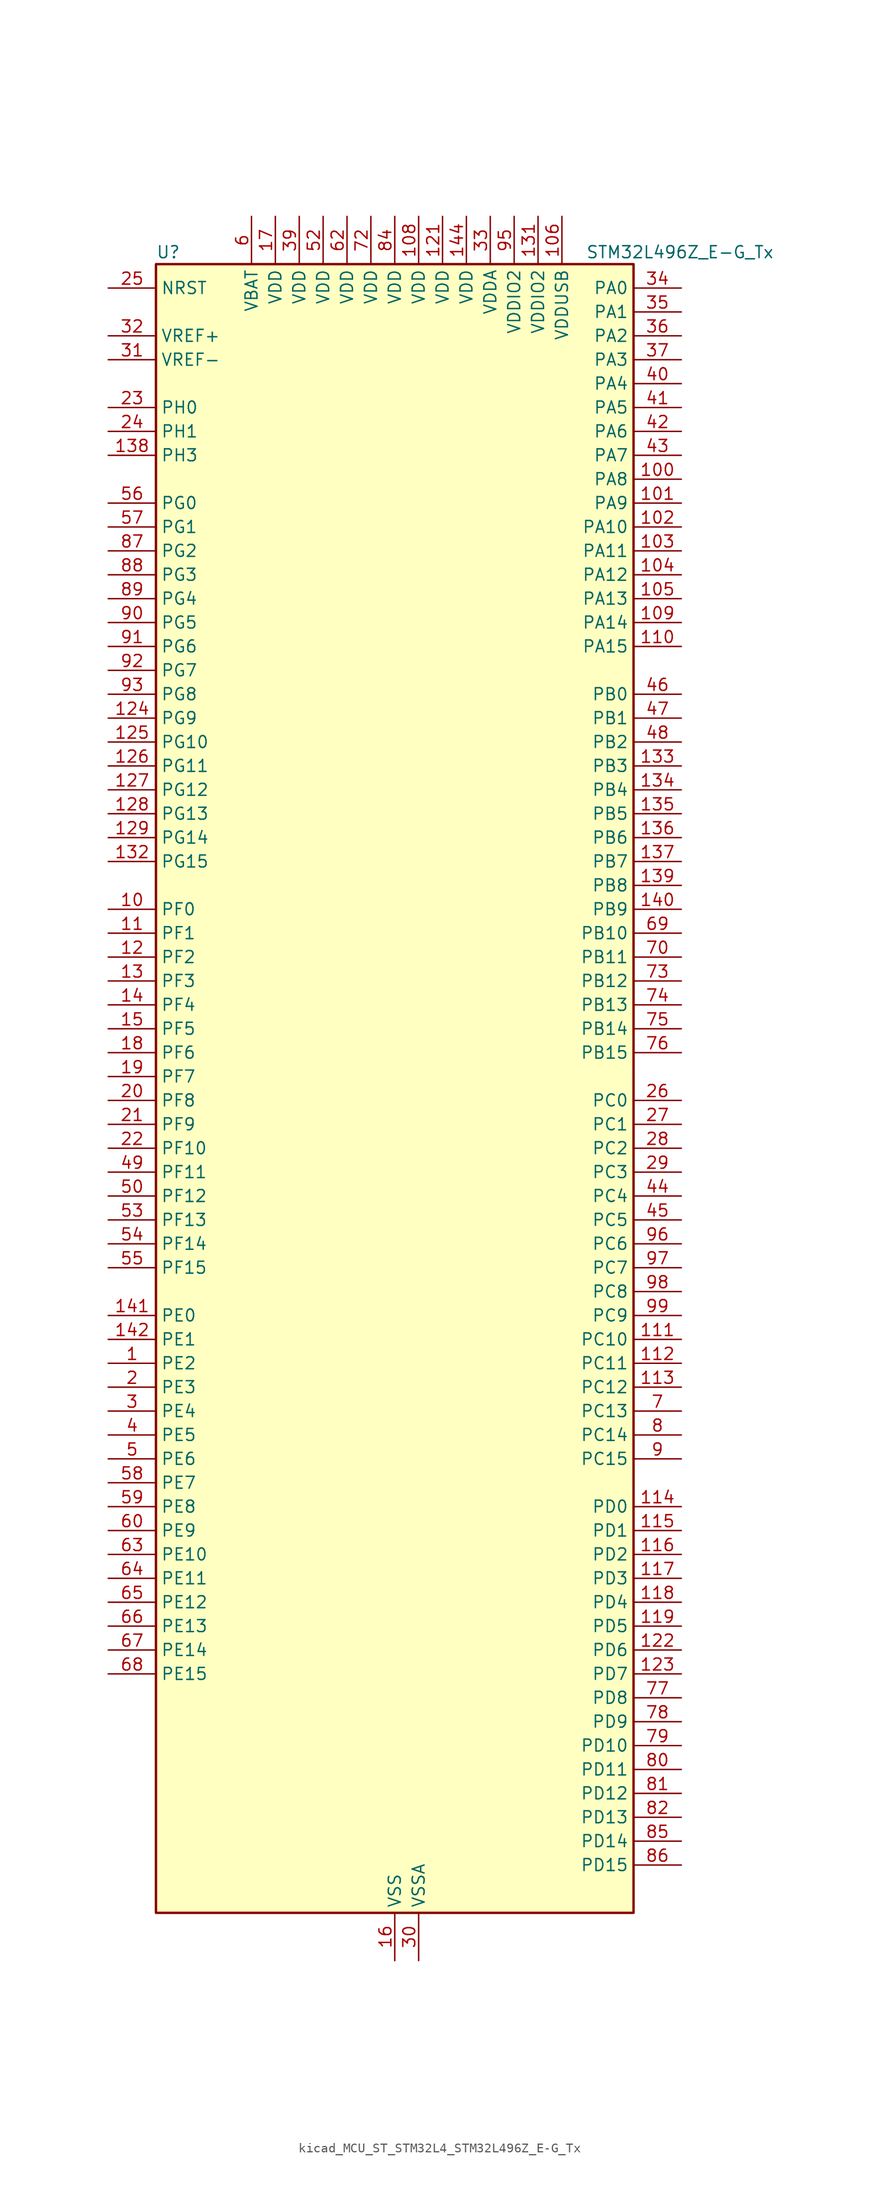
<source format=kicad_sym>
(kicad_symbol_lib
  (version 20220914)
  (generator kicad_symbol_editor)
  (symbol "kicad_MCU_ST_STM32L4_STM32L496Z_E-G_Tx"
    (property "Reference" "U"
      (at -25.4 90.17 0)
      (effects (font (size 1.27 1.27)) (justify left)))
    (property "Value" "STM32L496Z_E-G_Tx"
      (at 20.32 90.17 0)
      (effects (font (size 1.27 1.27)) (justify left)))
    (property "ki_locked" ""
      (at 0 0 0)
      (effects (font (size 1.27 1.27))))
    (symbol "kicad_MCU_ST_STM32L4_STM32L496Z_E-G_Tx_0_1"
      (rectangle (start -25.4 -86.36) (end 25.4 88.9) (stroke (width 0.254) (type default)) (fill (type background))))
    (symbol "kicad_MCU_ST_STM32L4_STM32L496Z_E-G_Tx_1_1"
      (pin bidirectional line (at -30.48 -27.94 0) (length 5.08) (name "PE2" (effects (font (size 1.27 1.27)))) (number "1" (effects (font (size 1.27 1.27)))) (alternate "FMC_A23" bidirectional line) (alternate "LCD_SEG38" bidirectional line) (alternate "SAI1_MCLK_A" bidirectional line) (alternate "SYS_TRACECLK" bidirectional line) (alternate "TIM3_ETR" bidirectional line) (alternate "TSC_G7_IO1" bidirectional line))
      (pin bidirectional line (at -30.48 20.32 0) (length 5.08) (name "PF0" (effects (font (size 1.27 1.27)))) (number "10" (effects (font (size 1.27 1.27)))) (alternate "FMC_A0" bidirectional line) (alternate "I2C2_SDA" bidirectional line))
      (pin bidirectional line (at 30.48 66.04 180) (length 5.08) (name "PA8" (effects (font (size 1.27 1.27)))) (number "100" (effects (font (size 1.27 1.27)))) (alternate "LCD_COM0" bidirectional line) (alternate "LPTIM2_OUT" bidirectional line) (alternate "RCC_MCO" bidirectional line) (alternate "SAI1_SCK_A" bidirectional line) (alternate "SWPMI1_IO" bidirectional line) (alternate "TIM1_CH1" bidirectional line) (alternate "USART1_CK" bidirectional line) (alternate "USB_OTG_FS_SOF" bidirectional line))
      (pin bidirectional line (at 30.48 63.5 180) (length 5.08) (name "PA9" (effects (font (size 1.27 1.27)))) (number "101" (effects (font (size 1.27 1.27)))) (alternate "DAC1_EXTI9" bidirectional line) (alternate "DCMI_D0" bidirectional line) (alternate "LCD_COM1" bidirectional line) (alternate "SAI1_FS_A" bidirectional line) (alternate "SPI2_SCK" bidirectional line) (alternate "TIM15_BKIN" bidirectional line) (alternate "TIM1_CH2" bidirectional line) (alternate "USART1_TX" bidirectional line) (alternate "USB_OTG_FS_VBUS" bidirectional line))
      (pin bidirectional line (at 30.48 60.96 180) (length 5.08) (name "PA10" (effects (font (size 1.27 1.27)))) (number "102" (effects (font (size 1.27 1.27)))) (alternate "DCMI_D1" bidirectional line) (alternate "LCD_COM2" bidirectional line) (alternate "SAI1_SD_A" bidirectional line) (alternate "TIM17_BKIN" bidirectional line) (alternate "TIM1_CH3" bidirectional line) (alternate "USART1_RX" bidirectional line) (alternate "USB_OTG_FS_ID" bidirectional line))
      (pin bidirectional line (at 30.48 58.42 180) (length 5.08) (name "PA11" (effects (font (size 1.27 1.27)))) (number "103" (effects (font (size 1.27 1.27)))) (alternate "ADC1_EXTI11" bidirectional line) (alternate "ADC2_EXTI11" bidirectional line) (alternate "ADC3_EXTI11" bidirectional line) (alternate "CAN1_RX" bidirectional line) (alternate "SPI1_MISO" bidirectional line) (alternate "TIM1_BKIN2" bidirectional line) (alternate "TIM1_BKIN2_COMP1" bidirectional line) (alternate "TIM1_CH4" bidirectional line) (alternate "USART1_CTS" bidirectional line) (alternate "USB_OTG_FS_DM" bidirectional line))
      (pin bidirectional line (at 30.48 55.88 180) (length 5.08) (name "PA12" (effects (font (size 1.27 1.27)))) (number "104" (effects (font (size 1.27 1.27)))) (alternate "CAN1_TX" bidirectional line) (alternate "SPI1_MOSI" bidirectional line) (alternate "TIM1_ETR" bidirectional line) (alternate "USART1_DE" bidirectional line) (alternate "USART1_RTS" bidirectional line) (alternate "USB_OTG_FS_DP" bidirectional line))
      (pin bidirectional line (at 30.48 53.34 180) (length 5.08) (name "PA13" (effects (font (size 1.27 1.27)))) (number "105" (effects (font (size 1.27 1.27)))) (alternate "IR_OUT" bidirectional line) (alternate "SAI1_SD_B" bidirectional line) (alternate "SWPMI1_TX" bidirectional line) (alternate "SYS_JTMS-SWDIO" bidirectional line) (alternate "USB_OTG_FS_NOE" bidirectional line))
      (pin power_in line (at 17.78 93.98 270) (length 5.08) (name "VDDUSB" (effects (font (size 1.27 1.27)))) (number "106" (effects (font (size 1.27 1.27)))))
      (pin passive line (at 0 -91.44 90) (length 5.08) hide (name "VSS" (effects (font (size 1.27 1.27)))) (number "107" (effects (font (size 1.27 1.27)))))
      (pin power_in line (at 2.54 93.98 270) (length 5.08) (name "VDD" (effects (font (size 1.27 1.27)))) (number "108" (effects (font (size 1.27 1.27)))))
      (pin bidirectional line (at 30.48 50.8 180) (length 5.08) (name "PA14" (effects (font (size 1.27 1.27)))) (number "109" (effects (font (size 1.27 1.27)))) (alternate "I2C1_SMBA" bidirectional line) (alternate "I2C4_SMBA" bidirectional line) (alternate "LPTIM1_OUT" bidirectional line) (alternate "SAI1_FS_B" bidirectional line) (alternate "SWPMI1_RX" bidirectional line) (alternate "SYS_JTCK-SWCLK" bidirectional line) (alternate "USB_OTG_FS_SOF" bidirectional line))
      (pin bidirectional line (at -30.48 17.78 0) (length 5.08) (name "PF1" (effects (font (size 1.27 1.27)))) (number "11" (effects (font (size 1.27 1.27)))) (alternate "FMC_A1" bidirectional line) (alternate "I2C2_SCL" bidirectional line))
      (pin bidirectional line (at 30.48 48.26 180) (length 5.08) (name "PA15" (effects (font (size 1.27 1.27)))) (number "110" (effects (font (size 1.27 1.27)))) (alternate "ADC1_EXTI15" bidirectional line) (alternate "ADC2_EXTI15" bidirectional line) (alternate "ADC3_EXTI15" bidirectional line) (alternate "LCD_SEG17" bidirectional line) (alternate "SAI2_FS_B" bidirectional line) (alternate "SPI1_NSS" bidirectional line) (alternate "SPI3_NSS" bidirectional line) (alternate "SWPMI1_SUSPEND" bidirectional line) (alternate "SYS_JTDI" bidirectional line) (alternate "TIM2_CH1" bidirectional line) (alternate "TIM2_ETR" bidirectional line) (alternate "TSC_G3_IO1" bidirectional line) (alternate "UART4_DE" bidirectional line) (alternate "UART4_RTS" bidirectional line) (alternate "USART2_RX" bidirectional line) (alternate "USART3_DE" bidirectional line) (alternate "USART3_RTS" bidirectional line))
      (pin bidirectional line (at 30.48 -25.4 180) (length 5.08) (name "PC10" (effects (font (size 1.27 1.27)))) (number "111" (effects (font (size 1.27 1.27)))) (alternate "DCMI_D8" bidirectional line) (alternate "LCD_COM4" bidirectional line) (alternate "LCD_SEG28" bidirectional line) (alternate "LCD_SEG40" bidirectional line) (alternate "SAI2_SCK_B" bidirectional line) (alternate "SDMMC1_D2" bidirectional line) (alternate "SPI3_SCK" bidirectional line) (alternate "SYS_TRACED1" bidirectional line) (alternate "TSC_G3_IO2" bidirectional line) (alternate "UART4_TX" bidirectional line) (alternate "USART3_TX" bidirectional line))
      (pin bidirectional line (at 30.48 -27.94 180) (length 5.08) (name "PC11" (effects (font (size 1.27 1.27)))) (number "112" (effects (font (size 1.27 1.27)))) (alternate "ADC1_EXTI11" bidirectional line) (alternate "ADC2_EXTI11" bidirectional line) (alternate "ADC3_EXTI11" bidirectional line) (alternate "DCMI_D4" bidirectional line) (alternate "LCD_COM5" bidirectional line) (alternate "LCD_SEG29" bidirectional line) (alternate "LCD_SEG41" bidirectional line) (alternate "QUADSPI_BK2_NCS" bidirectional line) (alternate "SAI2_MCLK_B" bidirectional line) (alternate "SDMMC1_D3" bidirectional line) (alternate "SPI3_MISO" bidirectional line) (alternate "TSC_G3_IO3" bidirectional line) (alternate "UART4_RX" bidirectional line) (alternate "USART3_RX" bidirectional line))
      (pin bidirectional line (at 30.48 -30.48 180) (length 5.08) (name "PC12" (effects (font (size 1.27 1.27)))) (number "113" (effects (font (size 1.27 1.27)))) (alternate "DCMI_D9" bidirectional line) (alternate "LCD_COM6" bidirectional line) (alternate "LCD_SEG30" bidirectional line) (alternate "LCD_SEG42" bidirectional line) (alternate "SAI2_SD_B" bidirectional line) (alternate "SDMMC1_CK" bidirectional line) (alternate "SPI3_MOSI" bidirectional line) (alternate "SYS_TRACED3" bidirectional line) (alternate "TSC_G3_IO4" bidirectional line) (alternate "UART5_TX" bidirectional line) (alternate "USART3_CK" bidirectional line))
      (pin bidirectional line (at 30.48 -43.18 180) (length 5.08) (name "PD0" (effects (font (size 1.27 1.27)))) (number "114" (effects (font (size 1.27 1.27)))) (alternate "CAN1_RX" bidirectional line) (alternate "DFSDM1_DATIN7" bidirectional line) (alternate "FMC_D2" bidirectional line) (alternate "FMC_DA2" bidirectional line) (alternate "SPI2_NSS" bidirectional line))
      (pin bidirectional line (at 30.48 -45.72 180) (length 5.08) (name "PD1" (effects (font (size 1.27 1.27)))) (number "115" (effects (font (size 1.27 1.27)))) (alternate "CAN1_TX" bidirectional line) (alternate "DFSDM1_CKIN7" bidirectional line) (alternate "FMC_D3" bidirectional line) (alternate "FMC_DA3" bidirectional line) (alternate "SPI2_SCK" bidirectional line))
      (pin bidirectional line (at 30.48 -48.26 180) (length 5.08) (name "PD2" (effects (font (size 1.27 1.27)))) (number "116" (effects (font (size 1.27 1.27)))) (alternate "DCMI_D11" bidirectional line) (alternate "LCD_COM7" bidirectional line) (alternate "LCD_SEG31" bidirectional line) (alternate "LCD_SEG43" bidirectional line) (alternate "SDMMC1_CMD" bidirectional line) (alternate "SYS_TRACED2" bidirectional line) (alternate "TIM3_ETR" bidirectional line) (alternate "TSC_SYNC" bidirectional line) (alternate "UART5_RX" bidirectional line) (alternate "USART3_DE" bidirectional line) (alternate "USART3_RTS" bidirectional line))
      (pin bidirectional line (at 30.48 -50.8 180) (length 5.08) (name "PD3" (effects (font (size 1.27 1.27)))) (number "117" (effects (font (size 1.27 1.27)))) (alternate "DCMI_D5" bidirectional line) (alternate "DFSDM1_DATIN0" bidirectional line) (alternate "FMC_CLK" bidirectional line) (alternate "QUADSPI_BK2_NCS" bidirectional line) (alternate "SPI2_MISO" bidirectional line) (alternate "SPI2_SCK" bidirectional line) (alternate "USART2_CTS" bidirectional line))
      (pin bidirectional line (at 30.48 -53.34 180) (length 5.08) (name "PD4" (effects (font (size 1.27 1.27)))) (number "118" (effects (font (size 1.27 1.27)))) (alternate "DFSDM1_CKIN0" bidirectional line) (alternate "FMC_NOE" bidirectional line) (alternate "QUADSPI_BK2_IO0" bidirectional line) (alternate "SPI2_MOSI" bidirectional line) (alternate "USART2_DE" bidirectional line) (alternate "USART2_RTS" bidirectional line))
      (pin bidirectional line (at 30.48 -55.88 180) (length 5.08) (name "PD5" (effects (font (size 1.27 1.27)))) (number "119" (effects (font (size 1.27 1.27)))) (alternate "FMC_NWE" bidirectional line) (alternate "QUADSPI_BK2_IO1" bidirectional line) (alternate "USART2_TX" bidirectional line))
      (pin bidirectional line (at -30.48 15.24 0) (length 5.08) (name "PF2" (effects (font (size 1.27 1.27)))) (number "12" (effects (font (size 1.27 1.27)))) (alternate "FMC_A2" bidirectional line) (alternate "I2C2_SMBA" bidirectional line))
      (pin passive line (at 0 -91.44 90) (length 5.08) hide (name "VSS" (effects (font (size 1.27 1.27)))) (number "120" (effects (font (size 1.27 1.27)))))
      (pin power_in line (at 5.08 93.98 270) (length 5.08) (name "VDD" (effects (font (size 1.27 1.27)))) (number "121" (effects (font (size 1.27 1.27)))))
      (pin bidirectional line (at 30.48 -58.42 180) (length 5.08) (name "PD6" (effects (font (size 1.27 1.27)))) (number "122" (effects (font (size 1.27 1.27)))) (alternate "DCMI_D10" bidirectional line) (alternate "DFSDM1_DATIN1" bidirectional line) (alternate "FMC_NWAIT" bidirectional line) (alternate "QUADSPI_BK2_IO1" bidirectional line) (alternate "QUADSPI_BK2_IO2" bidirectional line) (alternate "SAI1_SD_A" bidirectional line) (alternate "USART2_RX" bidirectional line))
      (pin bidirectional line (at 30.48 -60.96 180) (length 5.08) (name "PD7" (effects (font (size 1.27 1.27)))) (number "123" (effects (font (size 1.27 1.27)))) (alternate "DFSDM1_CKIN1" bidirectional line) (alternate "FMC_NE1" bidirectional line) (alternate "QUADSPI_BK2_IO3" bidirectional line) (alternate "USART2_CK" bidirectional line))
      (pin bidirectional line (at -30.48 40.64 0) (length 5.08) (name "PG9" (effects (font (size 1.27 1.27)))) (number "124" (effects (font (size 1.27 1.27)))) (alternate "DAC1_EXTI9" bidirectional line) (alternate "FMC_NCE" bidirectional line) (alternate "FMC_NE2" bidirectional line) (alternate "SAI2_SCK_A" bidirectional line) (alternate "SPI3_SCK" bidirectional line) (alternate "TIM15_CH1N" bidirectional line) (alternate "USART1_TX" bidirectional line))
      (pin bidirectional line (at -30.48 38.1 0) (length 5.08) (name "PG10" (effects (font (size 1.27 1.27)))) (number "125" (effects (font (size 1.27 1.27)))) (alternate "FMC_NE3" bidirectional line) (alternate "LPTIM1_IN1" bidirectional line) (alternate "SAI2_FS_A" bidirectional line) (alternate "SPI3_MISO" bidirectional line) (alternate "TIM15_CH1" bidirectional line) (alternate "USART1_RX" bidirectional line))
      (pin bidirectional line (at -30.48 35.56 0) (length 5.08) (name "PG11" (effects (font (size 1.27 1.27)))) (number "126" (effects (font (size 1.27 1.27)))) (alternate "ADC1_EXTI11" bidirectional line) (alternate "ADC2_EXTI11" bidirectional line) (alternate "ADC3_EXTI11" bidirectional line) (alternate "LPTIM1_IN2" bidirectional line) (alternate "SAI2_MCLK_A" bidirectional line) (alternate "SPI3_MOSI" bidirectional line) (alternate "TIM15_CH2" bidirectional line) (alternate "USART1_CTS" bidirectional line))
      (pin bidirectional line (at -30.48 33.02 0) (length 5.08) (name "PG12" (effects (font (size 1.27 1.27)))) (number "127" (effects (font (size 1.27 1.27)))) (alternate "FMC_NE4" bidirectional line) (alternate "LPTIM1_ETR" bidirectional line) (alternate "SAI2_SD_A" bidirectional line) (alternate "SPI3_NSS" bidirectional line) (alternate "USART1_DE" bidirectional line) (alternate "USART1_RTS" bidirectional line))
      (pin bidirectional line (at -30.48 30.48 0) (length 5.08) (name "PG13" (effects (font (size 1.27 1.27)))) (number "128" (effects (font (size 1.27 1.27)))) (alternate "FMC_A24" bidirectional line) (alternate "I2C1_SDA" bidirectional line) (alternate "USART1_CK" bidirectional line))
      (pin bidirectional line (at -30.48 27.94 0) (length 5.08) (name "PG14" (effects (font (size 1.27 1.27)))) (number "129" (effects (font (size 1.27 1.27)))) (alternate "FMC_A25" bidirectional line) (alternate "I2C1_SCL" bidirectional line))
      (pin bidirectional line (at -30.48 12.7 0) (length 5.08) (name "PF3" (effects (font (size 1.27 1.27)))) (number "13" (effects (font (size 1.27 1.27)))) (alternate "ADC3_IN6" bidirectional line) (alternate "FMC_A3" bidirectional line))
      (pin passive line (at 0 -91.44 90) (length 5.08) hide (name "VSS" (effects (font (size 1.27 1.27)))) (number "130" (effects (font (size 1.27 1.27)))))
      (pin power_in line (at 15.24 93.98 270) (length 5.08) (name "VDDIO2" (effects (font (size 1.27 1.27)))) (number "131" (effects (font (size 1.27 1.27)))))
      (pin bidirectional line (at -30.48 25.4 0) (length 5.08) (name "PG15" (effects (font (size 1.27 1.27)))) (number "132" (effects (font (size 1.27 1.27)))) (alternate "ADC1_EXTI15" bidirectional line) (alternate "ADC2_EXTI15" bidirectional line) (alternate "ADC3_EXTI15" bidirectional line) (alternate "DCMI_D13" bidirectional line) (alternate "I2C1_SMBA" bidirectional line) (alternate "LPTIM1_OUT" bidirectional line))
      (pin bidirectional line (at 30.48 35.56 180) (length 5.08) (name "PB3" (effects (font (size 1.27 1.27)))) (number "133" (effects (font (size 1.27 1.27)))) (alternate "COMP2_INM" bidirectional line) (alternate "CRS_SYNC" bidirectional line) (alternate "LCD_SEG7" bidirectional line) (alternate "SAI1_SCK_B" bidirectional line) (alternate "SPI1_SCK" bidirectional line) (alternate "SPI3_SCK" bidirectional line) (alternate "SYS_JTDO-SWO" bidirectional line) (alternate "TIM2_CH2" bidirectional line) (alternate "USART1_DE" bidirectional line) (alternate "USART1_RTS" bidirectional line))
      (pin bidirectional line (at 30.48 33.02 180) (length 5.08) (name "PB4" (effects (font (size 1.27 1.27)))) (number "134" (effects (font (size 1.27 1.27)))) (alternate "COMP2_INP" bidirectional line) (alternate "DCMI_D12" bidirectional line) (alternate "I2C3_SDA" bidirectional line) (alternate "LCD_SEG8" bidirectional line) (alternate "SAI1_MCLK_B" bidirectional line) (alternate "SPI1_MISO" bidirectional line) (alternate "SPI3_MISO" bidirectional line) (alternate "SYS_JTRST" bidirectional line) (alternate "TIM17_BKIN" bidirectional line) (alternate "TIM3_CH1" bidirectional line) (alternate "TSC_G2_IO1" bidirectional line) (alternate "UART5_DE" bidirectional line) (alternate "UART5_RTS" bidirectional line) (alternate "USART1_CTS" bidirectional line))
      (pin bidirectional line (at 30.48 30.48 180) (length 5.08) (name "PB5" (effects (font (size 1.27 1.27)))) (number "135" (effects (font (size 1.27 1.27)))) (alternate "CAN2_RX" bidirectional line) (alternate "COMP2_OUT" bidirectional line) (alternate "DCMI_D10" bidirectional line) (alternate "I2C1_SMBA" bidirectional line) (alternate "LCD_SEG9" bidirectional line) (alternate "LPTIM1_IN1" bidirectional line) (alternate "SAI1_SD_B" bidirectional line) (alternate "SPI1_MOSI" bidirectional line) (alternate "SPI3_MOSI" bidirectional line) (alternate "TIM16_BKIN" bidirectional line) (alternate "TIM3_CH2" bidirectional line) (alternate "TSC_G2_IO2" bidirectional line) (alternate "UART5_CTS" bidirectional line) (alternate "USART1_CK" bidirectional line))
      (pin bidirectional line (at 30.48 27.94 180) (length 5.08) (name "PB6" (effects (font (size 1.27 1.27)))) (number "136" (effects (font (size 1.27 1.27)))) (alternate "CAN2_TX" bidirectional line) (alternate "COMP2_INP" bidirectional line) (alternate "DCMI_D5" bidirectional line) (alternate "DFSDM1_DATIN5" bidirectional line) (alternate "I2C1_SCL" bidirectional line) (alternate "I2C4_SCL" bidirectional line) (alternate "LPTIM1_ETR" bidirectional line) (alternate "SAI1_FS_B" bidirectional line) (alternate "TIM16_CH1N" bidirectional line) (alternate "TIM4_CH1" bidirectional line) (alternate "TIM8_BKIN2" bidirectional line) (alternate "TIM8_BKIN2_COMP2" bidirectional line) (alternate "TSC_G2_IO3" bidirectional line) (alternate "USART1_TX" bidirectional line))
      (pin bidirectional line (at 30.48 25.4 180) (length 5.08) (name "PB7" (effects (font (size 1.27 1.27)))) (number "137" (effects (font (size 1.27 1.27)))) (alternate "COMP2_INM" bidirectional line) (alternate "DCMI_VSYNC" bidirectional line) (alternate "DFSDM1_CKIN5" bidirectional line) (alternate "FMC_NL" bidirectional line) (alternate "I2C1_SDA" bidirectional line) (alternate "I2C4_SDA" bidirectional line) (alternate "LCD_SEG21" bidirectional line) (alternate "LPTIM1_IN2" bidirectional line) (alternate "SYS_PVD_IN" bidirectional line) (alternate "TIM17_CH1N" bidirectional line) (alternate "TIM4_CH2" bidirectional line) (alternate "TIM8_BKIN" bidirectional line) (alternate "TIM8_BKIN_COMP1" bidirectional line) (alternate "TSC_G2_IO4" bidirectional line) (alternate "UART4_CTS" bidirectional line) (alternate "USART1_RX" bidirectional line))
      (pin bidirectional line (at -30.48 68.58 0) (length 5.08) (name "PH3" (effects (font (size 1.27 1.27)))) (number "138" (effects (font (size 1.27 1.27)))))
      (pin bidirectional line (at 30.48 22.86 180) (length 5.08) (name "PB8" (effects (font (size 1.27 1.27)))) (number "139" (effects (font (size 1.27 1.27)))) (alternate "CAN1_RX" bidirectional line) (alternate "DCMI_D6" bidirectional line) (alternate "DFSDM1_DATIN6" bidirectional line) (alternate "I2C1_SCL" bidirectional line) (alternate "LCD_SEG16" bidirectional line) (alternate "SAI1_MCLK_A" bidirectional line) (alternate "SDMMC1_D4" bidirectional line) (alternate "TIM16_CH1" bidirectional line) (alternate "TIM4_CH3" bidirectional line))
      (pin bidirectional line (at -30.48 10.16 0) (length 5.08) (name "PF4" (effects (font (size 1.27 1.27)))) (number "14" (effects (font (size 1.27 1.27)))) (alternate "ADC3_IN7" bidirectional line) (alternate "FMC_A4" bidirectional line))
      (pin bidirectional line (at 30.48 20.32 180) (length 5.08) (name "PB9" (effects (font (size 1.27 1.27)))) (number "140" (effects (font (size 1.27 1.27)))) (alternate "CAN1_TX" bidirectional line) (alternate "DAC1_EXTI9" bidirectional line) (alternate "DCMI_D7" bidirectional line) (alternate "DFSDM1_CKIN6" bidirectional line) (alternate "I2C1_SDA" bidirectional line) (alternate "IR_OUT" bidirectional line) (alternate "LCD_COM3" bidirectional line) (alternate "SAI1_FS_A" bidirectional line) (alternate "SDMMC1_D5" bidirectional line) (alternate "SPI2_NSS" bidirectional line) (alternate "TIM17_CH1" bidirectional line) (alternate "TIM4_CH4" bidirectional line))
      (pin bidirectional line (at -30.48 -22.86 0) (length 5.08) (name "PE0" (effects (font (size 1.27 1.27)))) (number "141" (effects (font (size 1.27 1.27)))) (alternate "DCMI_D2" bidirectional line) (alternate "FMC_NBL0" bidirectional line) (alternate "LCD_SEG36" bidirectional line) (alternate "TIM16_CH1" bidirectional line) (alternate "TIM4_ETR" bidirectional line))
      (pin bidirectional line (at -30.48 -25.4 0) (length 5.08) (name "PE1" (effects (font (size 1.27 1.27)))) (number "142" (effects (font (size 1.27 1.27)))) (alternate "DCMI_D3" bidirectional line) (alternate "FMC_NBL1" bidirectional line) (alternate "LCD_SEG37" bidirectional line) (alternate "TIM17_CH1" bidirectional line))
      (pin passive line (at 0 -91.44 90) (length 5.08) hide (name "VSS" (effects (font (size 1.27 1.27)))) (number "143" (effects (font (size 1.27 1.27)))))
      (pin power_in line (at 7.62 93.98 270) (length 5.08) (name "VDD" (effects (font (size 1.27 1.27)))) (number "144" (effects (font (size 1.27 1.27)))))
      (pin bidirectional line (at -30.48 7.62 0) (length 5.08) (name "PF5" (effects (font (size 1.27 1.27)))) (number "15" (effects (font (size 1.27 1.27)))) (alternate "ADC3_IN8" bidirectional line) (alternate "FMC_A5" bidirectional line))
      (pin power_in line (at 0 -91.44 90) (length 5.08) (name "VSS" (effects (font (size 1.27 1.27)))) (number "16" (effects (font (size 1.27 1.27)))))
      (pin power_in line (at -12.7 93.98 270) (length 5.08) (name "VDD" (effects (font (size 1.27 1.27)))) (number "17" (effects (font (size 1.27 1.27)))))
      (pin bidirectional line (at -30.48 5.08 0) (length 5.08) (name "PF6" (effects (font (size 1.27 1.27)))) (number "18" (effects (font (size 1.27 1.27)))) (alternate "ADC3_IN9" bidirectional line) (alternate "QUADSPI_BK1_IO3" bidirectional line) (alternate "SAI1_SD_B" bidirectional line) (alternate "TIM5_CH1" bidirectional line) (alternate "TIM5_ETR" bidirectional line))
      (pin bidirectional line (at -30.48 2.54 0) (length 5.08) (name "PF7" (effects (font (size 1.27 1.27)))) (number "19" (effects (font (size 1.27 1.27)))) (alternate "ADC3_IN10" bidirectional line) (alternate "QUADSPI_BK1_IO2" bidirectional line) (alternate "SAI1_MCLK_B" bidirectional line) (alternate "TIM5_CH2" bidirectional line))
      (pin bidirectional line (at -30.48 -30.48 0) (length 5.08) (name "PE3" (effects (font (size 1.27 1.27)))) (number "2" (effects (font (size 1.27 1.27)))) (alternate "FMC_A19" bidirectional line) (alternate "LCD_SEG39" bidirectional line) (alternate "SAI1_SD_B" bidirectional line) (alternate "SYS_TRACED0" bidirectional line) (alternate "TIM3_CH1" bidirectional line) (alternate "TSC_G7_IO2" bidirectional line))
      (pin bidirectional line (at -30.48 0 0) (length 5.08) (name "PF8" (effects (font (size 1.27 1.27)))) (number "20" (effects (font (size 1.27 1.27)))) (alternate "ADC3_IN11" bidirectional line) (alternate "QUADSPI_BK1_IO0" bidirectional line) (alternate "SAI1_SCK_B" bidirectional line) (alternate "TIM5_CH3" bidirectional line))
      (pin bidirectional line (at -30.48 -2.54 0) (length 5.08) (name "PF9" (effects (font (size 1.27 1.27)))) (number "21" (effects (font (size 1.27 1.27)))) (alternate "ADC3_IN12" bidirectional line) (alternate "DAC1_EXTI9" bidirectional line) (alternate "QUADSPI_BK1_IO1" bidirectional line) (alternate "SAI1_FS_B" bidirectional line) (alternate "TIM15_CH1" bidirectional line) (alternate "TIM5_CH4" bidirectional line))
      (pin bidirectional line (at -30.48 -5.08 0) (length 5.08) (name "PF10" (effects (font (size 1.27 1.27)))) (number "22" (effects (font (size 1.27 1.27)))) (alternate "ADC3_IN13" bidirectional line) (alternate "DCMI_D11" bidirectional line) (alternate "QUADSPI_CLK" bidirectional line) (alternate "TIM15_CH2" bidirectional line))
      (pin bidirectional line (at -30.48 73.66 0) (length 5.08) (name "PH0" (effects (font (size 1.27 1.27)))) (number "23" (effects (font (size 1.27 1.27)))) (alternate "RCC_OSC_IN" bidirectional line))
      (pin bidirectional line (at -30.48 71.12 0) (length 5.08) (name "PH1" (effects (font (size 1.27 1.27)))) (number "24" (effects (font (size 1.27 1.27)))) (alternate "RCC_OSC_OUT" bidirectional line))
      (pin input line (at -30.48 86.36 0) (length 5.08) (name "NRST" (effects (font (size 1.27 1.27)))) (number "25" (effects (font (size 1.27 1.27)))))
      (pin bidirectional line (at 30.48 0 180) (length 5.08) (name "PC0" (effects (font (size 1.27 1.27)))) (number "26" (effects (font (size 1.27 1.27)))) (alternate "ADC1_IN1" bidirectional line) (alternate "ADC2_IN1" bidirectional line) (alternate "ADC3_IN1" bidirectional line) (alternate "DFSDM1_DATIN4" bidirectional line) (alternate "I2C3_SCL" bidirectional line) (alternate "I2C4_SCL" bidirectional line) (alternate "LCD_SEG18" bidirectional line) (alternate "LPTIM1_IN1" bidirectional line) (alternate "LPTIM2_IN1" bidirectional line) (alternate "LPUART1_RX" bidirectional line))
      (pin bidirectional line (at 30.48 -2.54 180) (length 5.08) (name "PC1" (effects (font (size 1.27 1.27)))) (number "27" (effects (font (size 1.27 1.27)))) (alternate "ADC1_IN2" bidirectional line) (alternate "ADC2_IN2" bidirectional line) (alternate "ADC3_IN2" bidirectional line) (alternate "DFSDM1_CKIN4" bidirectional line) (alternate "I2C3_SDA" bidirectional line) (alternate "I2C4_SDA" bidirectional line) (alternate "LCD_SEG19" bidirectional line) (alternate "LPTIM1_OUT" bidirectional line) (alternate "LPUART1_TX" bidirectional line) (alternate "QUADSPI_BK2_IO0" bidirectional line) (alternate "SAI1_SD_A" bidirectional line) (alternate "SPI2_MOSI" bidirectional line) (alternate "SYS_TRACED0" bidirectional line))
      (pin bidirectional line (at 30.48 -5.08 180) (length 5.08) (name "PC2" (effects (font (size 1.27 1.27)))) (number "28" (effects (font (size 1.27 1.27)))) (alternate "ADC1_IN3" bidirectional line) (alternate "ADC2_IN3" bidirectional line) (alternate "ADC3_IN3" bidirectional line) (alternate "DFSDM1_CKOUT" bidirectional line) (alternate "LCD_SEG20" bidirectional line) (alternate "LPTIM1_IN2" bidirectional line) (alternate "QUADSPI_BK2_IO1" bidirectional line) (alternate "SPI2_MISO" bidirectional line))
      (pin bidirectional line (at 30.48 -7.62 180) (length 5.08) (name "PC3" (effects (font (size 1.27 1.27)))) (number "29" (effects (font (size 1.27 1.27)))) (alternate "ADC1_IN4" bidirectional line) (alternate "ADC2_IN4" bidirectional line) (alternate "ADC3_IN4" bidirectional line) (alternate "LCD_VLCD" bidirectional line) (alternate "LPTIM1_ETR" bidirectional line) (alternate "LPTIM2_ETR" bidirectional line) (alternate "QUADSPI_BK2_IO2" bidirectional line) (alternate "SAI1_SD_A" bidirectional line) (alternate "SPI2_MOSI" bidirectional line))
      (pin bidirectional line (at -30.48 -33.02 0) (length 5.08) (name "PE4" (effects (font (size 1.27 1.27)))) (number "3" (effects (font (size 1.27 1.27)))) (alternate "DCMI_D4" bidirectional line) (alternate "DFSDM1_DATIN3" bidirectional line) (alternate "FMC_A20" bidirectional line) (alternate "SAI1_FS_A" bidirectional line) (alternate "SYS_TRACED1" bidirectional line) (alternate "TIM3_CH2" bidirectional line) (alternate "TSC_G7_IO3" bidirectional line))
      (pin power_in line (at 2.54 -91.44 90) (length 5.08) (name "VSSA" (effects (font (size 1.27 1.27)))) (number "30" (effects (font (size 1.27 1.27)))))
      (pin input line (at -30.48 78.74 0) (length 5.08) (name "VREF-" (effects (font (size 1.27 1.27)))) (number "31" (effects (font (size 1.27 1.27)))))
      (pin input line (at -30.48 81.28 0) (length 5.08) (name "VREF+" (effects (font (size 1.27 1.27)))) (number "32" (effects (font (size 1.27 1.27)))) (alternate "VREFBUF_OUT" bidirectional line))
      (pin power_in line (at 10.16 93.98 270) (length 5.08) (name "VDDA" (effects (font (size 1.27 1.27)))) (number "33" (effects (font (size 1.27 1.27)))))
      (pin bidirectional line (at 30.48 86.36 180) (length 5.08) (name "PA0" (effects (font (size 1.27 1.27)))) (number "34" (effects (font (size 1.27 1.27)))) (alternate "ADC1_IN5" bidirectional line) (alternate "ADC2_IN5" bidirectional line) (alternate "OPAMP1_VINP" bidirectional line) (alternate "RTC_TAMP2" bidirectional line) (alternate "SAI1_EXTCLK" bidirectional line) (alternate "SYS_WKUP1" bidirectional line) (alternate "TIM2_CH1" bidirectional line) (alternate "TIM2_ETR" bidirectional line) (alternate "TIM5_CH1" bidirectional line) (alternate "TIM8_ETR" bidirectional line) (alternate "UART4_TX" bidirectional line) (alternate "USART2_CTS" bidirectional line))
      (pin bidirectional line (at 30.48 83.82 180) (length 5.08) (name "PA1" (effects (font (size 1.27 1.27)))) (number "35" (effects (font (size 1.27 1.27)))) (alternate "ADC1_IN6" bidirectional line) (alternate "ADC2_IN6" bidirectional line) (alternate "I2C1_SMBA" bidirectional line) (alternate "LCD_SEG0" bidirectional line) (alternate "OPAMP1_VINM" bidirectional line) (alternate "SPI1_SCK" bidirectional line) (alternate "TIM15_CH1N" bidirectional line) (alternate "TIM2_CH2" bidirectional line) (alternate "TIM5_CH2" bidirectional line) (alternate "UART4_RX" bidirectional line) (alternate "USART2_DE" bidirectional line) (alternate "USART2_RTS" bidirectional line))
      (pin bidirectional line (at 30.48 81.28 180) (length 5.08) (name "PA2" (effects (font (size 1.27 1.27)))) (number "36" (effects (font (size 1.27 1.27)))) (alternate "ADC1_IN7" bidirectional line) (alternate "ADC2_IN7" bidirectional line) (alternate "LCD_SEG1" bidirectional line) (alternate "LPUART1_TX" bidirectional line) (alternate "QUADSPI_BK1_NCS" bidirectional line) (alternate "RCC_LSCO" bidirectional line) (alternate "SAI2_EXTCLK" bidirectional line) (alternate "SYS_WKUP4" bidirectional line) (alternate "TIM15_CH1" bidirectional line) (alternate "TIM2_CH3" bidirectional line) (alternate "TIM5_CH3" bidirectional line) (alternate "USART2_TX" bidirectional line))
      (pin bidirectional line (at 30.48 78.74 180) (length 5.08) (name "PA3" (effects (font (size 1.27 1.27)))) (number "37" (effects (font (size 1.27 1.27)))) (alternate "ADC1_IN8" bidirectional line) (alternate "ADC2_IN8" bidirectional line) (alternate "LCD_SEG2" bidirectional line) (alternate "LPUART1_RX" bidirectional line) (alternate "OPAMP1_VOUT" bidirectional line) (alternate "QUADSPI_CLK" bidirectional line) (alternate "SAI1_MCLK_A" bidirectional line) (alternate "TIM15_CH2" bidirectional line) (alternate "TIM2_CH4" bidirectional line) (alternate "TIM5_CH4" bidirectional line) (alternate "USART2_RX" bidirectional line))
      (pin passive line (at 0 -91.44 90) (length 5.08) hide (name "VSS" (effects (font (size 1.27 1.27)))) (number "38" (effects (font (size 1.27 1.27)))))
      (pin power_in line (at -10.16 93.98 270) (length 5.08) (name "VDD" (effects (font (size 1.27 1.27)))) (number "39" (effects (font (size 1.27 1.27)))))
      (pin bidirectional line (at -30.48 -35.56 0) (length 5.08) (name "PE5" (effects (font (size 1.27 1.27)))) (number "4" (effects (font (size 1.27 1.27)))) (alternate "DCMI_D6" bidirectional line) (alternate "DFSDM1_CKIN3" bidirectional line) (alternate "FMC_A21" bidirectional line) (alternate "SAI1_SCK_A" bidirectional line) (alternate "SYS_TRACED2" bidirectional line) (alternate "TIM3_CH3" bidirectional line) (alternate "TSC_G7_IO4" bidirectional line))
      (pin bidirectional line (at 30.48 76.2 180) (length 5.08) (name "PA4" (effects (font (size 1.27 1.27)))) (number "40" (effects (font (size 1.27 1.27)))) (alternate "ADC1_IN9" bidirectional line) (alternate "ADC2_IN9" bidirectional line) (alternate "DAC1_OUT1" bidirectional line) (alternate "DCMI_HSYNC" bidirectional line) (alternate "LPTIM2_OUT" bidirectional line) (alternate "SAI1_FS_B" bidirectional line) (alternate "SPI1_NSS" bidirectional line) (alternate "SPI3_NSS" bidirectional line) (alternate "USART2_CK" bidirectional line))
      (pin bidirectional line (at 30.48 73.66 180) (length 5.08) (name "PA5" (effects (font (size 1.27 1.27)))) (number "41" (effects (font (size 1.27 1.27)))) (alternate "ADC1_IN10" bidirectional line) (alternate "ADC2_IN10" bidirectional line) (alternate "DAC1_OUT2" bidirectional line) (alternate "LPTIM2_ETR" bidirectional line) (alternate "SPI1_SCK" bidirectional line) (alternate "TIM2_CH1" bidirectional line) (alternate "TIM2_ETR" bidirectional line) (alternate "TIM8_CH1N" bidirectional line))
      (pin bidirectional line (at 30.48 71.12 180) (length 5.08) (name "PA6" (effects (font (size 1.27 1.27)))) (number "42" (effects (font (size 1.27 1.27)))) (alternate "ADC1_IN11" bidirectional line) (alternate "ADC2_IN11" bidirectional line) (alternate "DCMI_PIXCLK" bidirectional line) (alternate "LCD_SEG3" bidirectional line) (alternate "LPUART1_CTS" bidirectional line) (alternate "OPAMP2_VINP" bidirectional line) (alternate "QUADSPI_BK1_IO3" bidirectional line) (alternate "SPI1_MISO" bidirectional line) (alternate "TIM16_CH1" bidirectional line) (alternate "TIM1_BKIN" bidirectional line) (alternate "TIM1_BKIN_COMP2" bidirectional line) (alternate "TIM3_CH1" bidirectional line) (alternate "TIM8_BKIN" bidirectional line) (alternate "TIM8_BKIN_COMP2" bidirectional line) (alternate "USART3_CTS" bidirectional line))
      (pin bidirectional line (at 30.48 68.58 180) (length 5.08) (name "PA7" (effects (font (size 1.27 1.27)))) (number "43" (effects (font (size 1.27 1.27)))) (alternate "ADC1_IN12" bidirectional line) (alternate "ADC2_IN12" bidirectional line) (alternate "I2C3_SCL" bidirectional line) (alternate "LCD_SEG4" bidirectional line) (alternate "OPAMP2_VINM" bidirectional line) (alternate "QUADSPI_BK1_IO2" bidirectional line) (alternate "SPI1_MOSI" bidirectional line) (alternate "TIM17_CH1" bidirectional line) (alternate "TIM1_CH1N" bidirectional line) (alternate "TIM3_CH2" bidirectional line) (alternate "TIM8_CH1N" bidirectional line))
      (pin bidirectional line (at 30.48 -10.16 180) (length 5.08) (name "PC4" (effects (font (size 1.27 1.27)))) (number "44" (effects (font (size 1.27 1.27)))) (alternate "ADC1_IN13" bidirectional line) (alternate "ADC2_IN13" bidirectional line) (alternate "COMP1_INM" bidirectional line) (alternate "LCD_SEG22" bidirectional line) (alternate "QUADSPI_BK2_IO3" bidirectional line) (alternate "USART3_TX" bidirectional line))
      (pin bidirectional line (at 30.48 -12.7 180) (length 5.08) (name "PC5" (effects (font (size 1.27 1.27)))) (number "45" (effects (font (size 1.27 1.27)))) (alternate "ADC1_IN14" bidirectional line) (alternate "ADC2_IN14" bidirectional line) (alternate "COMP1_INP" bidirectional line) (alternate "LCD_SEG23" bidirectional line) (alternate "SYS_WKUP5" bidirectional line) (alternate "USART3_RX" bidirectional line))
      (pin bidirectional line (at 30.48 43.18 180) (length 5.08) (name "PB0" (effects (font (size 1.27 1.27)))) (number "46" (effects (font (size 1.27 1.27)))) (alternate "ADC1_IN15" bidirectional line) (alternate "ADC2_IN15" bidirectional line) (alternate "COMP1_OUT" bidirectional line) (alternate "LCD_SEG5" bidirectional line) (alternate "OPAMP2_VOUT" bidirectional line) (alternate "QUADSPI_BK1_IO1" bidirectional line) (alternate "SAI1_EXTCLK" bidirectional line) (alternate "SPI1_NSS" bidirectional line) (alternate "TIM1_CH2N" bidirectional line) (alternate "TIM3_CH3" bidirectional line) (alternate "TIM8_CH2N" bidirectional line) (alternate "USART3_CK" bidirectional line))
      (pin bidirectional line (at 30.48 40.64 180) (length 5.08) (name "PB1" (effects (font (size 1.27 1.27)))) (number "47" (effects (font (size 1.27 1.27)))) (alternate "ADC1_IN16" bidirectional line) (alternate "ADC2_IN16" bidirectional line) (alternate "COMP1_INM" bidirectional line) (alternate "DFSDM1_DATIN0" bidirectional line) (alternate "LCD_SEG6" bidirectional line) (alternate "LPTIM2_IN1" bidirectional line) (alternate "LPUART1_DE" bidirectional line) (alternate "LPUART1_RTS" bidirectional line) (alternate "QUADSPI_BK1_IO0" bidirectional line) (alternate "TIM1_CH3N" bidirectional line) (alternate "TIM3_CH4" bidirectional line) (alternate "TIM8_CH3N" bidirectional line) (alternate "USART3_DE" bidirectional line) (alternate "USART3_RTS" bidirectional line))
      (pin bidirectional line (at 30.48 38.1 180) (length 5.08) (name "PB2" (effects (font (size 1.27 1.27)))) (number "48" (effects (font (size 1.27 1.27)))) (alternate "COMP1_INP" bidirectional line) (alternate "DFSDM1_CKIN0" bidirectional line) (alternate "I2C3_SMBA" bidirectional line) (alternate "LCD_VLCD" bidirectional line) (alternate "LPTIM1_OUT" bidirectional line) (alternate "RTC_OUT_ALARM" bidirectional line) (alternate "RTC_OUT_CALIB" bidirectional line))
      (pin bidirectional line (at -30.48 -7.62 0) (length 5.08) (name "PF11" (effects (font (size 1.27 1.27)))) (number "49" (effects (font (size 1.27 1.27)))) (alternate "ADC1_EXTI11" bidirectional line) (alternate "ADC2_EXTI11" bidirectional line) (alternate "ADC3_EXTI11" bidirectional line) (alternate "DCMI_D12" bidirectional line))
      (pin bidirectional line (at -30.48 -38.1 0) (length 5.08) (name "PE6" (effects (font (size 1.27 1.27)))) (number "5" (effects (font (size 1.27 1.27)))) (alternate "DCMI_D7" bidirectional line) (alternate "FMC_A22" bidirectional line) (alternate "RTC_TAMP3" bidirectional line) (alternate "SAI1_SD_A" bidirectional line) (alternate "SYS_TRACED3" bidirectional line) (alternate "SYS_WKUP3" bidirectional line) (alternate "TIM3_CH4" bidirectional line))
      (pin bidirectional line (at -30.48 -10.16 0) (length 5.08) (name "PF12" (effects (font (size 1.27 1.27)))) (number "50" (effects (font (size 1.27 1.27)))) (alternate "FMC_A6" bidirectional line))
      (pin passive line (at 0 -91.44 90) (length 5.08) hide (name "VSS" (effects (font (size 1.27 1.27)))) (number "51" (effects (font (size 1.27 1.27)))))
      (pin power_in line (at -7.62 93.98 270) (length 5.08) (name "VDD" (effects (font (size 1.27 1.27)))) (number "52" (effects (font (size 1.27 1.27)))))
      (pin bidirectional line (at -30.48 -12.7 0) (length 5.08) (name "PF13" (effects (font (size 1.27 1.27)))) (number "53" (effects (font (size 1.27 1.27)))) (alternate "DFSDM1_DATIN6" bidirectional line) (alternate "FMC_A7" bidirectional line) (alternate "I2C4_SMBA" bidirectional line))
      (pin bidirectional line (at -30.48 -15.24 0) (length 5.08) (name "PF14" (effects (font (size 1.27 1.27)))) (number "54" (effects (font (size 1.27 1.27)))) (alternate "DFSDM1_CKIN6" bidirectional line) (alternate "FMC_A8" bidirectional line) (alternate "I2C4_SCL" bidirectional line) (alternate "TSC_G8_IO1" bidirectional line))
      (pin bidirectional line (at -30.48 -17.78 0) (length 5.08) (name "PF15" (effects (font (size 1.27 1.27)))) (number "55" (effects (font (size 1.27 1.27)))) (alternate "ADC1_EXTI15" bidirectional line) (alternate "ADC2_EXTI15" bidirectional line) (alternate "ADC3_EXTI15" bidirectional line) (alternate "FMC_A9" bidirectional line) (alternate "I2C4_SDA" bidirectional line) (alternate "TSC_G8_IO2" bidirectional line))
      (pin bidirectional line (at -30.48 63.5 0) (length 5.08) (name "PG0" (effects (font (size 1.27 1.27)))) (number "56" (effects (font (size 1.27 1.27)))) (alternate "FMC_A10" bidirectional line) (alternate "TSC_G8_IO3" bidirectional line))
      (pin bidirectional line (at -30.48 60.96 0) (length 5.08) (name "PG1" (effects (font (size 1.27 1.27)))) (number "57" (effects (font (size 1.27 1.27)))) (alternate "FMC_A11" bidirectional line) (alternate "TSC_G8_IO4" bidirectional line))
      (pin bidirectional line (at -30.48 -40.64 0) (length 5.08) (name "PE7" (effects (font (size 1.27 1.27)))) (number "58" (effects (font (size 1.27 1.27)))) (alternate "DFSDM1_DATIN2" bidirectional line) (alternate "FMC_D4" bidirectional line) (alternate "FMC_DA4" bidirectional line) (alternate "SAI1_SD_B" bidirectional line) (alternate "TIM1_ETR" bidirectional line))
      (pin bidirectional line (at -30.48 -43.18 0) (length 5.08) (name "PE8" (effects (font (size 1.27 1.27)))) (number "59" (effects (font (size 1.27 1.27)))) (alternate "DFSDM1_CKIN2" bidirectional line) (alternate "FMC_D5" bidirectional line) (alternate "FMC_DA5" bidirectional line) (alternate "SAI1_SCK_B" bidirectional line) (alternate "TIM1_CH1N" bidirectional line))
      (pin power_in line (at -15.24 93.98 270) (length 5.08) (name "VBAT" (effects (font (size 1.27 1.27)))) (number "6" (effects (font (size 1.27 1.27)))))
      (pin bidirectional line (at -30.48 -45.72 0) (length 5.08) (name "PE9" (effects (font (size 1.27 1.27)))) (number "60" (effects (font (size 1.27 1.27)))) (alternate "DAC1_EXTI9" bidirectional line) (alternate "DFSDM1_CKOUT" bidirectional line) (alternate "FMC_D6" bidirectional line) (alternate "FMC_DA6" bidirectional line) (alternate "SAI1_FS_B" bidirectional line) (alternate "TIM1_CH1" bidirectional line))
      (pin passive line (at 0 -91.44 90) (length 5.08) hide (name "VSS" (effects (font (size 1.27 1.27)))) (number "61" (effects (font (size 1.27 1.27)))))
      (pin power_in line (at -5.08 93.98 270) (length 5.08) (name "VDD" (effects (font (size 1.27 1.27)))) (number "62" (effects (font (size 1.27 1.27)))))
      (pin bidirectional line (at -30.48 -48.26 0) (length 5.08) (name "PE10" (effects (font (size 1.27 1.27)))) (number "63" (effects (font (size 1.27 1.27)))) (alternate "DFSDM1_DATIN4" bidirectional line) (alternate "FMC_D7" bidirectional line) (alternate "FMC_DA7" bidirectional line) (alternate "QUADSPI_CLK" bidirectional line) (alternate "SAI1_MCLK_B" bidirectional line) (alternate "TIM1_CH2N" bidirectional line) (alternate "TSC_G5_IO1" bidirectional line))
      (pin bidirectional line (at -30.48 -50.8 0) (length 5.08) (name "PE11" (effects (font (size 1.27 1.27)))) (number "64" (effects (font (size 1.27 1.27)))) (alternate "ADC1_EXTI11" bidirectional line) (alternate "ADC2_EXTI11" bidirectional line) (alternate "ADC3_EXTI11" bidirectional line) (alternate "DFSDM1_CKIN4" bidirectional line) (alternate "FMC_D8" bidirectional line) (alternate "FMC_DA8" bidirectional line) (alternate "QUADSPI_BK1_NCS" bidirectional line) (alternate "TIM1_CH2" bidirectional line) (alternate "TSC_G5_IO2" bidirectional line))
      (pin bidirectional line (at -30.48 -53.34 0) (length 5.08) (name "PE12" (effects (font (size 1.27 1.27)))) (number "65" (effects (font (size 1.27 1.27)))) (alternate "DFSDM1_DATIN5" bidirectional line) (alternate "FMC_D9" bidirectional line) (alternate "FMC_DA9" bidirectional line) (alternate "QUADSPI_BK1_IO0" bidirectional line) (alternate "SPI1_NSS" bidirectional line) (alternate "TIM1_CH3N" bidirectional line) (alternate "TSC_G5_IO3" bidirectional line))
      (pin bidirectional line (at -30.48 -55.88 0) (length 5.08) (name "PE13" (effects (font (size 1.27 1.27)))) (number "66" (effects (font (size 1.27 1.27)))) (alternate "DFSDM1_CKIN5" bidirectional line) (alternate "FMC_D10" bidirectional line) (alternate "FMC_DA10" bidirectional line) (alternate "QUADSPI_BK1_IO1" bidirectional line) (alternate "SPI1_SCK" bidirectional line) (alternate "TIM1_CH3" bidirectional line) (alternate "TSC_G5_IO4" bidirectional line))
      (pin bidirectional line (at -30.48 -58.42 0) (length 5.08) (name "PE14" (effects (font (size 1.27 1.27)))) (number "67" (effects (font (size 1.27 1.27)))) (alternate "FMC_D11" bidirectional line) (alternate "FMC_DA11" bidirectional line) (alternate "QUADSPI_BK1_IO2" bidirectional line) (alternate "SPI1_MISO" bidirectional line) (alternate "TIM1_BKIN2" bidirectional line) (alternate "TIM1_BKIN2_COMP2" bidirectional line) (alternate "TIM1_CH4" bidirectional line))
      (pin bidirectional line (at -30.48 -60.96 0) (length 5.08) (name "PE15" (effects (font (size 1.27 1.27)))) (number "68" (effects (font (size 1.27 1.27)))) (alternate "ADC1_EXTI15" bidirectional line) (alternate "ADC2_EXTI15" bidirectional line) (alternate "ADC3_EXTI15" bidirectional line) (alternate "FMC_D12" bidirectional line) (alternate "FMC_DA12" bidirectional line) (alternate "QUADSPI_BK1_IO3" bidirectional line) (alternate "SPI1_MOSI" bidirectional line) (alternate "TIM1_BKIN" bidirectional line) (alternate "TIM1_BKIN_COMP1" bidirectional line))
      (pin bidirectional line (at 30.48 17.78 180) (length 5.08) (name "PB10" (effects (font (size 1.27 1.27)))) (number "69" (effects (font (size 1.27 1.27)))) (alternate "COMP1_OUT" bidirectional line) (alternate "DFSDM1_DATIN7" bidirectional line) (alternate "I2C2_SCL" bidirectional line) (alternate "I2C4_SCL" bidirectional line) (alternate "LCD_SEG10" bidirectional line) (alternate "LPUART1_RX" bidirectional line) (alternate "QUADSPI_CLK" bidirectional line) (alternate "SAI1_SCK_A" bidirectional line) (alternate "SPI2_SCK" bidirectional line) (alternate "TIM2_CH3" bidirectional line) (alternate "TSC_SYNC" bidirectional line) (alternate "USART3_TX" bidirectional line))
      (pin bidirectional line (at 30.48 -33.02 180) (length 5.08) (name "PC13" (effects (font (size 1.27 1.27)))) (number "7" (effects (font (size 1.27 1.27)))) (alternate "RTC_OUT_ALARM" bidirectional line) (alternate "RTC_OUT_CALIB" bidirectional line) (alternate "RTC_TAMP1" bidirectional line) (alternate "RTC_TS" bidirectional line) (alternate "SYS_WKUP2" bidirectional line))
      (pin bidirectional line (at 30.48 15.24 180) (length 5.08) (name "PB11" (effects (font (size 1.27 1.27)))) (number "70" (effects (font (size 1.27 1.27)))) (alternate "ADC1_EXTI11" bidirectional line) (alternate "ADC2_EXTI11" bidirectional line) (alternate "ADC3_EXTI11" bidirectional line) (alternate "COMP2_OUT" bidirectional line) (alternate "DFSDM1_CKIN7" bidirectional line) (alternate "I2C2_SDA" bidirectional line) (alternate "I2C4_SDA" bidirectional line) (alternate "LCD_SEG11" bidirectional line) (alternate "LPUART1_TX" bidirectional line) (alternate "QUADSPI_BK1_NCS" bidirectional line) (alternate "TIM2_CH4" bidirectional line) (alternate "USART3_RX" bidirectional line))
      (pin passive line (at 0 -91.44 90) (length 5.08) hide (name "VSS" (effects (font (size 1.27 1.27)))) (number "71" (effects (font (size 1.27 1.27)))))
      (pin power_in line (at -2.54 93.98 270) (length 5.08) (name "VDD" (effects (font (size 1.27 1.27)))) (number "72" (effects (font (size 1.27 1.27)))))
      (pin bidirectional line (at 30.48 12.7 180) (length 5.08) (name "PB12" (effects (font (size 1.27 1.27)))) (number "73" (effects (font (size 1.27 1.27)))) (alternate "CAN2_RX" bidirectional line) (alternate "DFSDM1_DATIN1" bidirectional line) (alternate "I2C2_SMBA" bidirectional line) (alternate "LCD_SEG12" bidirectional line) (alternate "LPUART1_DE" bidirectional line) (alternate "LPUART1_RTS" bidirectional line) (alternate "SAI2_FS_A" bidirectional line) (alternate "SPI2_NSS" bidirectional line) (alternate "SWPMI1_IO" bidirectional line) (alternate "TIM15_BKIN" bidirectional line) (alternate "TIM1_BKIN" bidirectional line) (alternate "TIM1_BKIN_COMP2" bidirectional line) (alternate "TSC_G1_IO1" bidirectional line) (alternate "USART3_CK" bidirectional line))
      (pin bidirectional line (at 30.48 10.16 180) (length 5.08) (name "PB13" (effects (font (size 1.27 1.27)))) (number "74" (effects (font (size 1.27 1.27)))) (alternate "CAN2_TX" bidirectional line) (alternate "DFSDM1_CKIN1" bidirectional line) (alternate "I2C2_SCL" bidirectional line) (alternate "LCD_SEG13" bidirectional line) (alternate "LPUART1_CTS" bidirectional line) (alternate "SAI2_SCK_A" bidirectional line) (alternate "SPI2_SCK" bidirectional line) (alternate "SWPMI1_TX" bidirectional line) (alternate "TIM15_CH1N" bidirectional line) (alternate "TIM1_CH1N" bidirectional line) (alternate "TSC_G1_IO2" bidirectional line) (alternate "USART3_CTS" bidirectional line))
      (pin bidirectional line (at 30.48 7.62 180) (length 5.08) (name "PB14" (effects (font (size 1.27 1.27)))) (number "75" (effects (font (size 1.27 1.27)))) (alternate "DFSDM1_DATIN2" bidirectional line) (alternate "I2C2_SDA" bidirectional line) (alternate "LCD_SEG14" bidirectional line) (alternate "SAI2_MCLK_A" bidirectional line) (alternate "SPI2_MISO" bidirectional line) (alternate "SWPMI1_RX" bidirectional line) (alternate "TIM15_CH1" bidirectional line) (alternate "TIM1_CH2N" bidirectional line) (alternate "TIM8_CH2N" bidirectional line) (alternate "TSC_G1_IO3" bidirectional line) (alternate "USART3_DE" bidirectional line) (alternate "USART3_RTS" bidirectional line))
      (pin bidirectional line (at 30.48 5.08 180) (length 5.08) (name "PB15" (effects (font (size 1.27 1.27)))) (number "76" (effects (font (size 1.27 1.27)))) (alternate "ADC1_EXTI15" bidirectional line) (alternate "ADC2_EXTI15" bidirectional line) (alternate "ADC3_EXTI15" bidirectional line) (alternate "DFSDM1_CKIN2" bidirectional line) (alternate "LCD_SEG15" bidirectional line) (alternate "RTC_REFIN" bidirectional line) (alternate "SAI2_SD_A" bidirectional line) (alternate "SPI2_MOSI" bidirectional line) (alternate "SWPMI1_SUSPEND" bidirectional line) (alternate "TIM15_CH2" bidirectional line) (alternate "TIM1_CH3N" bidirectional line) (alternate "TIM8_CH3N" bidirectional line) (alternate "TSC_G1_IO4" bidirectional line))
      (pin bidirectional line (at 30.48 -63.5 180) (length 5.08) (name "PD8" (effects (font (size 1.27 1.27)))) (number "77" (effects (font (size 1.27 1.27)))) (alternate "DCMI_HSYNC" bidirectional line) (alternate "FMC_D13" bidirectional line) (alternate "FMC_DA13" bidirectional line) (alternate "LCD_SEG28" bidirectional line) (alternate "USART3_TX" bidirectional line))
      (pin bidirectional line (at 30.48 -66.04 180) (length 5.08) (name "PD9" (effects (font (size 1.27 1.27)))) (number "78" (effects (font (size 1.27 1.27)))) (alternate "DAC1_EXTI9" bidirectional line) (alternate "DCMI_PIXCLK" bidirectional line) (alternate "FMC_D14" bidirectional line) (alternate "FMC_DA14" bidirectional line) (alternate "LCD_SEG29" bidirectional line) (alternate "SAI2_MCLK_A" bidirectional line) (alternate "USART3_RX" bidirectional line))
      (pin bidirectional line (at 30.48 -68.58 180) (length 5.08) (name "PD10" (effects (font (size 1.27 1.27)))) (number "79" (effects (font (size 1.27 1.27)))) (alternate "FMC_D15" bidirectional line) (alternate "FMC_DA15" bidirectional line) (alternate "LCD_SEG30" bidirectional line) (alternate "SAI2_SCK_A" bidirectional line) (alternate "TSC_G6_IO1" bidirectional line) (alternate "USART3_CK" bidirectional line))
      (pin bidirectional line (at 30.48 -35.56 180) (length 5.08) (name "PC14" (effects (font (size 1.27 1.27)))) (number "8" (effects (font (size 1.27 1.27)))) (alternate "RCC_OSC32_IN" bidirectional line))
      (pin bidirectional line (at 30.48 -71.12 180) (length 5.08) (name "PD11" (effects (font (size 1.27 1.27)))) (number "80" (effects (font (size 1.27 1.27)))) (alternate "ADC1_EXTI11" bidirectional line) (alternate "ADC2_EXTI11" bidirectional line) (alternate "ADC3_EXTI11" bidirectional line) (alternate "FMC_A16" bidirectional line) (alternate "FMC_CLE" bidirectional line) (alternate "I2C4_SMBA" bidirectional line) (alternate "LCD_SEG31" bidirectional line) (alternate "LPTIM2_ETR" bidirectional line) (alternate "SAI2_SD_A" bidirectional line) (alternate "TSC_G6_IO2" bidirectional line) (alternate "USART3_CTS" bidirectional line))
      (pin bidirectional line (at 30.48 -73.66 180) (length 5.08) (name "PD12" (effects (font (size 1.27 1.27)))) (number "81" (effects (font (size 1.27 1.27)))) (alternate "FMC_A17" bidirectional line) (alternate "FMC_ALE" bidirectional line) (alternate "I2C4_SCL" bidirectional line) (alternate "LCD_SEG32" bidirectional line) (alternate "LPTIM2_IN1" bidirectional line) (alternate "SAI2_FS_A" bidirectional line) (alternate "TIM4_CH1" bidirectional line) (alternate "TSC_G6_IO3" bidirectional line) (alternate "USART3_DE" bidirectional line) (alternate "USART3_RTS" bidirectional line))
      (pin bidirectional line (at 30.48 -76.2 180) (length 5.08) (name "PD13" (effects (font (size 1.27 1.27)))) (number "82" (effects (font (size 1.27 1.27)))) (alternate "FMC_A18" bidirectional line) (alternate "I2C4_SDA" bidirectional line) (alternate "LCD_SEG33" bidirectional line) (alternate "LPTIM2_OUT" bidirectional line) (alternate "TIM4_CH2" bidirectional line) (alternate "TSC_G6_IO4" bidirectional line))
      (pin passive line (at 0 -91.44 90) (length 5.08) hide (name "VSS" (effects (font (size 1.27 1.27)))) (number "83" (effects (font (size 1.27 1.27)))))
      (pin power_in line (at 0 93.98 270) (length 5.08) (name "VDD" (effects (font (size 1.27 1.27)))) (number "84" (effects (font (size 1.27 1.27)))))
      (pin bidirectional line (at 30.48 -78.74 180) (length 5.08) (name "PD14" (effects (font (size 1.27 1.27)))) (number "85" (effects (font (size 1.27 1.27)))) (alternate "FMC_D0" bidirectional line) (alternate "FMC_DA0" bidirectional line) (alternate "LCD_SEG34" bidirectional line) (alternate "TIM4_CH3" bidirectional line))
      (pin bidirectional line (at 30.48 -81.28 180) (length 5.08) (name "PD15" (effects (font (size 1.27 1.27)))) (number "86" (effects (font (size 1.27 1.27)))) (alternate "ADC1_EXTI15" bidirectional line) (alternate "ADC2_EXTI15" bidirectional line) (alternate "ADC3_EXTI15" bidirectional line) (alternate "FMC_D1" bidirectional line) (alternate "FMC_DA1" bidirectional line) (alternate "LCD_SEG35" bidirectional line) (alternate "TIM4_CH4" bidirectional line))
      (pin bidirectional line (at -30.48 58.42 0) (length 5.08) (name "PG2" (effects (font (size 1.27 1.27)))) (number "87" (effects (font (size 1.27 1.27)))) (alternate "FMC_A12" bidirectional line) (alternate "SAI2_SCK_B" bidirectional line) (alternate "SPI1_SCK" bidirectional line))
      (pin bidirectional line (at -30.48 55.88 0) (length 5.08) (name "PG3" (effects (font (size 1.27 1.27)))) (number "88" (effects (font (size 1.27 1.27)))) (alternate "FMC_A13" bidirectional line) (alternate "SAI2_FS_B" bidirectional line) (alternate "SPI1_MISO" bidirectional line))
      (pin bidirectional line (at -30.48 53.34 0) (length 5.08) (name "PG4" (effects (font (size 1.27 1.27)))) (number "89" (effects (font (size 1.27 1.27)))) (alternate "FMC_A14" bidirectional line) (alternate "SAI2_MCLK_B" bidirectional line) (alternate "SPI1_MOSI" bidirectional line))
      (pin bidirectional line (at 30.48 -38.1 180) (length 5.08) (name "PC15" (effects (font (size 1.27 1.27)))) (number "9" (effects (font (size 1.27 1.27)))) (alternate "ADC1_EXTI15" bidirectional line) (alternate "ADC2_EXTI15" bidirectional line) (alternate "ADC3_EXTI15" bidirectional line) (alternate "RCC_OSC32_OUT" bidirectional line))
      (pin bidirectional line (at -30.48 50.8 0) (length 5.08) (name "PG5" (effects (font (size 1.27 1.27)))) (number "90" (effects (font (size 1.27 1.27)))) (alternate "FMC_A15" bidirectional line) (alternate "LPUART1_CTS" bidirectional line) (alternate "SAI2_SD_B" bidirectional line) (alternate "SPI1_NSS" bidirectional line))
      (pin bidirectional line (at -30.48 48.26 0) (length 5.08) (name "PG6" (effects (font (size 1.27 1.27)))) (number "91" (effects (font (size 1.27 1.27)))) (alternate "I2C3_SMBA" bidirectional line) (alternate "LPUART1_DE" bidirectional line) (alternate "LPUART1_RTS" bidirectional line))
      (pin bidirectional line (at -30.48 45.72 0) (length 5.08) (name "PG7" (effects (font (size 1.27 1.27)))) (number "92" (effects (font (size 1.27 1.27)))) (alternate "FMC_INT" bidirectional line) (alternate "I2C3_SCL" bidirectional line) (alternate "LPUART1_TX" bidirectional line) (alternate "SAI1_MCLK_A" bidirectional line))
      (pin bidirectional line (at -30.48 43.18 0) (length 5.08) (name "PG8" (effects (font (size 1.27 1.27)))) (number "93" (effects (font (size 1.27 1.27)))) (alternate "I2C3_SDA" bidirectional line) (alternate "LPUART1_RX" bidirectional line))
      (pin passive line (at 0 -91.44 90) (length 5.08) hide (name "VSS" (effects (font (size 1.27 1.27)))) (number "94" (effects (font (size 1.27 1.27)))))
      (pin power_in line (at 12.7 93.98 270) (length 5.08) (name "VDDIO2" (effects (font (size 1.27 1.27)))) (number "95" (effects (font (size 1.27 1.27)))))
      (pin bidirectional line (at 30.48 -15.24 180) (length 5.08) (name "PC6" (effects (font (size 1.27 1.27)))) (number "96" (effects (font (size 1.27 1.27)))) (alternate "DCMI_D0" bidirectional line) (alternate "DFSDM1_CKIN3" bidirectional line) (alternate "LCD_SEG24" bidirectional line) (alternate "SAI2_MCLK_A" bidirectional line) (alternate "SDMMC1_D6" bidirectional line) (alternate "TIM3_CH1" bidirectional line) (alternate "TIM8_CH1" bidirectional line) (alternate "TSC_G4_IO1" bidirectional line))
      (pin bidirectional line (at 30.48 -17.78 180) (length 5.08) (name "PC7" (effects (font (size 1.27 1.27)))) (number "97" (effects (font (size 1.27 1.27)))) (alternate "DCMI_D1" bidirectional line) (alternate "DFSDM1_DATIN3" bidirectional line) (alternate "LCD_SEG25" bidirectional line) (alternate "SAI2_MCLK_B" bidirectional line) (alternate "SDMMC1_D7" bidirectional line) (alternate "TIM3_CH2" bidirectional line) (alternate "TIM8_CH2" bidirectional line) (alternate "TSC_G4_IO2" bidirectional line))
      (pin bidirectional line (at 30.48 -20.32 180) (length 5.08) (name "PC8" (effects (font (size 1.27 1.27)))) (number "98" (effects (font (size 1.27 1.27)))) (alternate "DCMI_D2" bidirectional line) (alternate "LCD_SEG26" bidirectional line) (alternate "SDMMC1_D0" bidirectional line) (alternate "TIM3_CH3" bidirectional line) (alternate "TIM8_CH3" bidirectional line) (alternate "TSC_G4_IO3" bidirectional line))
      (pin bidirectional line (at 30.48 -22.86 180) (length 5.08) (name "PC9" (effects (font (size 1.27 1.27)))) (number "99" (effects (font (size 1.27 1.27)))) (alternate "DAC1_EXTI9" bidirectional line) (alternate "DCMI_D3" bidirectional line) (alternate "I2C3_SDA" bidirectional line) (alternate "LCD_SEG27" bidirectional line) (alternate "SAI2_EXTCLK" bidirectional line) (alternate "SDMMC1_D1" bidirectional line) (alternate "TIM3_CH4" bidirectional line) (alternate "TIM8_BKIN2" bidirectional line) (alternate "TIM8_BKIN2_COMP1" bidirectional line) (alternate "TIM8_CH4" bidirectional line) (alternate "TSC_G4_IO4" bidirectional line) (alternate "USB_OTG_FS_NOE" bidirectional line)))))
</source>
